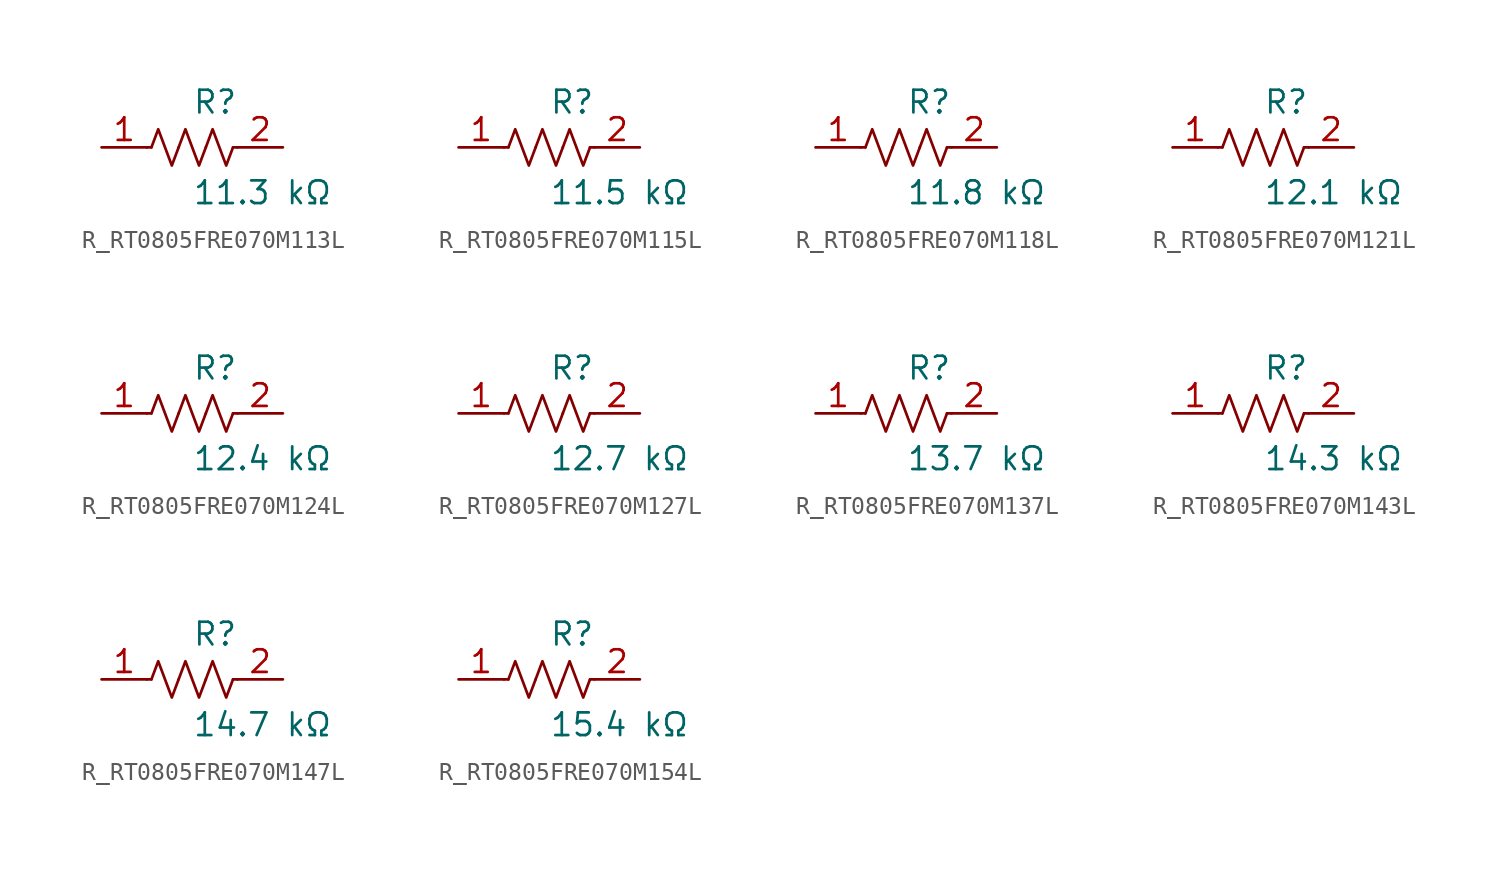
<source format=kicad_sym>
(kicad_symbol_lib
  (version 20231120)
  (generator kicad_symbol_editor)
  (generator_version 8.0)
  (symbol "R_RT0805FRE070M113L"
    (pin_names
      (offset 0.254))
    (property "Reference" "R"
      (at 0.0 2.54 0)
      (effects (font (size 1.27 1.27)) (justify left)))
    (property "Value" "11.3 kΩ"
      (at 0.0 -2.54 0)
      (effects (font (size 1.27 1.27)) (justify left)))
    (symbol "R_RT0805FRE070M113L_0_1"
      (polyline (pts (xy 2.286 0) (xy 2.54 0)) (stroke (width 0) (type default)) (fill (type none)))
      (polyline (pts (xy -2.286 0) (xy -2.54 0)) (stroke (width 0) (type default)) (fill (type none)))
      (polyline (pts (xy 0.762 0) (xy 1.143 1.016) (xy 1.524 0) (xy 1.905 -1.016) (xy 2.286 0)) (stroke (width 0) (type default)) (fill (type none)))
      (polyline (pts (xy -0.762 0) (xy -0.381 1.016) (xy 0 0) (xy 0.381 -1.016) (xy 0.762 0)) (stroke (width 0) (type default)) (fill (type none)))
      (polyline (pts (xy -2.286 0) (xy -1.905 1.016) (xy -1.524 0) (xy -1.143 -1.016) (xy -0.762 0)) (stroke (width 0) (type default)) (fill (type none))))
    (pin unspecified line
      (at -5.08 0 0)
      (length 2.54)
      (name "" (effects (font (size 1.27 1.27))))
      (number "1" (effects (font (size 1.27 1.27)))))
    (pin unspecified line
      (at 5.08 0 180)
      (length 2.54)
      (name "" (effects (font (size 1.27 1.27))))
      (number "2" (effects (font (size 1.27 1.27))))))
  (symbol "R_RT0805FRE070M115L"
    (pin_names
      (offset 0.254))
    (property "Reference" "R"
      (at 0.0 2.54 0)
      (effects (font (size 1.27 1.27)) (justify left)))
    (property "Value" "11.5 kΩ"
      (at 0.0 -2.54 0)
      (effects (font (size 1.27 1.27)) (justify left)))
    (symbol "R_RT0805FRE070M115L_0_1"
      (polyline (pts (xy 2.286 0) (xy 2.54 0)) (stroke (width 0) (type default)) (fill (type none)))
      (polyline (pts (xy -2.286 0) (xy -2.54 0)) (stroke (width 0) (type default)) (fill (type none)))
      (polyline (pts (xy 0.762 0) (xy 1.143 1.016) (xy 1.524 0) (xy 1.905 -1.016) (xy 2.286 0)) (stroke (width 0) (type default)) (fill (type none)))
      (polyline (pts (xy -0.762 0) (xy -0.381 1.016) (xy 0 0) (xy 0.381 -1.016) (xy 0.762 0)) (stroke (width 0) (type default)) (fill (type none)))
      (polyline (pts (xy -2.286 0) (xy -1.905 1.016) (xy -1.524 0) (xy -1.143 -1.016) (xy -0.762 0)) (stroke (width 0) (type default)) (fill (type none))))
    (pin unspecified line
      (at -5.08 0 0)
      (length 2.54)
      (name "" (effects (font (size 1.27 1.27))))
      (number "1" (effects (font (size 1.27 1.27)))))
    (pin unspecified line
      (at 5.08 0 180)
      (length 2.54)
      (name "" (effects (font (size 1.27 1.27))))
      (number "2" (effects (font (size 1.27 1.27))))))
  (symbol "R_RT0805FRE070M118L"
    (pin_names
      (offset 0.254))
    (property "Reference" "R"
      (at 0.0 2.54 0)
      (effects (font (size 1.27 1.27)) (justify left)))
    (property "Value" "11.8 kΩ"
      (at 0.0 -2.54 0)
      (effects (font (size 1.27 1.27)) (justify left)))
    (symbol "R_RT0805FRE070M118L_0_1"
      (polyline (pts (xy 2.286 0) (xy 2.54 0)) (stroke (width 0) (type default)) (fill (type none)))
      (polyline (pts (xy -2.286 0) (xy -2.54 0)) (stroke (width 0) (type default)) (fill (type none)))
      (polyline (pts (xy 0.762 0) (xy 1.143 1.016) (xy 1.524 0) (xy 1.905 -1.016) (xy 2.286 0)) (stroke (width 0) (type default)) (fill (type none)))
      (polyline (pts (xy -0.762 0) (xy -0.381 1.016) (xy 0 0) (xy 0.381 -1.016) (xy 0.762 0)) (stroke (width 0) (type default)) (fill (type none)))
      (polyline (pts (xy -2.286 0) (xy -1.905 1.016) (xy -1.524 0) (xy -1.143 -1.016) (xy -0.762 0)) (stroke (width 0) (type default)) (fill (type none))))
    (pin unspecified line
      (at -5.08 0 0)
      (length 2.54)
      (name "" (effects (font (size 1.27 1.27))))
      (number "1" (effects (font (size 1.27 1.27)))))
    (pin unspecified line
      (at 5.08 0 180)
      (length 2.54)
      (name "" (effects (font (size 1.27 1.27))))
      (number "2" (effects (font (size 1.27 1.27))))))
  (symbol "R_RT0805FRE070M121L"
    (pin_names
      (offset 0.254))
    (property "Reference" "R"
      (at 0.0 2.54 0)
      (effects (font (size 1.27 1.27)) (justify left)))
    (property "Value" "12.1 kΩ"
      (at 0.0 -2.54 0)
      (effects (font (size 1.27 1.27)) (justify left)))
    (symbol "R_RT0805FRE070M121L_0_1"
      (polyline (pts (xy 2.286 0) (xy 2.54 0)) (stroke (width 0) (type default)) (fill (type none)))
      (polyline (pts (xy -2.286 0) (xy -2.54 0)) (stroke (width 0) (type default)) (fill (type none)))
      (polyline (pts (xy 0.762 0) (xy 1.143 1.016) (xy 1.524 0) (xy 1.905 -1.016) (xy 2.286 0)) (stroke (width 0) (type default)) (fill (type none)))
      (polyline (pts (xy -0.762 0) (xy -0.381 1.016) (xy 0 0) (xy 0.381 -1.016) (xy 0.762 0)) (stroke (width 0) (type default)) (fill (type none)))
      (polyline (pts (xy -2.286 0) (xy -1.905 1.016) (xy -1.524 0) (xy -1.143 -1.016) (xy -0.762 0)) (stroke (width 0) (type default)) (fill (type none))))
    (pin unspecified line
      (at -5.08 0 0)
      (length 2.54)
      (name "" (effects (font (size 1.27 1.27))))
      (number "1" (effects (font (size 1.27 1.27)))))
    (pin unspecified line
      (at 5.08 0 180)
      (length 2.54)
      (name "" (effects (font (size 1.27 1.27))))
      (number "2" (effects (font (size 1.27 1.27))))))
  (symbol "R_RT0805FRE070M124L"
    (pin_names
      (offset 0.254))
    (property "Reference" "R"
      (at 0.0 2.54 0)
      (effects (font (size 1.27 1.27)) (justify left)))
    (property "Value" "12.4 kΩ"
      (at 0.0 -2.54 0)
      (effects (font (size 1.27 1.27)) (justify left)))
    (symbol "R_RT0805FRE070M124L_0_1"
      (polyline (pts (xy 2.286 0) (xy 2.54 0)) (stroke (width 0) (type default)) (fill (type none)))
      (polyline (pts (xy -2.286 0) (xy -2.54 0)) (stroke (width 0) (type default)) (fill (type none)))
      (polyline (pts (xy 0.762 0) (xy 1.143 1.016) (xy 1.524 0) (xy 1.905 -1.016) (xy 2.286 0)) (stroke (width 0) (type default)) (fill (type none)))
      (polyline (pts (xy -0.762 0) (xy -0.381 1.016) (xy 0 0) (xy 0.381 -1.016) (xy 0.762 0)) (stroke (width 0) (type default)) (fill (type none)))
      (polyline (pts (xy -2.286 0) (xy -1.905 1.016) (xy -1.524 0) (xy -1.143 -1.016) (xy -0.762 0)) (stroke (width 0) (type default)) (fill (type none))))
    (pin unspecified line
      (at -5.08 0 0)
      (length 2.54)
      (name "" (effects (font (size 1.27 1.27))))
      (number "1" (effects (font (size 1.27 1.27)))))
    (pin unspecified line
      (at 5.08 0 180)
      (length 2.54)
      (name "" (effects (font (size 1.27 1.27))))
      (number "2" (effects (font (size 1.27 1.27))))))
  (symbol "R_RT0805FRE070M127L"
    (pin_names
      (offset 0.254))
    (property "Reference" "R"
      (at 0.0 2.54 0)
      (effects (font (size 1.27 1.27)) (justify left)))
    (property "Value" "12.7 kΩ"
      (at 0.0 -2.54 0)
      (effects (font (size 1.27 1.27)) (justify left)))
    (symbol "R_RT0805FRE070M127L_0_1"
      (polyline (pts (xy 2.286 0) (xy 2.54 0)) (stroke (width 0) (type default)) (fill (type none)))
      (polyline (pts (xy -2.286 0) (xy -2.54 0)) (stroke (width 0) (type default)) (fill (type none)))
      (polyline (pts (xy 0.762 0) (xy 1.143 1.016) (xy 1.524 0) (xy 1.905 -1.016) (xy 2.286 0)) (stroke (width 0) (type default)) (fill (type none)))
      (polyline (pts (xy -0.762 0) (xy -0.381 1.016) (xy 0 0) (xy 0.381 -1.016) (xy 0.762 0)) (stroke (width 0) (type default)) (fill (type none)))
      (polyline (pts (xy -2.286 0) (xy -1.905 1.016) (xy -1.524 0) (xy -1.143 -1.016) (xy -0.762 0)) (stroke (width 0) (type default)) (fill (type none))))
    (pin unspecified line
      (at -5.08 0 0)
      (length 2.54)
      (name "" (effects (font (size 1.27 1.27))))
      (number "1" (effects (font (size 1.27 1.27)))))
    (pin unspecified line
      (at 5.08 0 180)
      (length 2.54)
      (name "" (effects (font (size 1.27 1.27))))
      (number "2" (effects (font (size 1.27 1.27))))))
  (symbol "R_RT0805FRE070M137L"
    (pin_names
      (offset 0.254))
    (property "Reference" "R"
      (at 0.0 2.54 0)
      (effects (font (size 1.27 1.27)) (justify left)))
    (property "Value" "13.7 kΩ"
      (at 0.0 -2.54 0)
      (effects (font (size 1.27 1.27)) (justify left)))
    (symbol "R_RT0805FRE070M137L_0_1"
      (polyline (pts (xy 2.286 0) (xy 2.54 0)) (stroke (width 0) (type default)) (fill (type none)))
      (polyline (pts (xy -2.286 0) (xy -2.54 0)) (stroke (width 0) (type default)) (fill (type none)))
      (polyline (pts (xy 0.762 0) (xy 1.143 1.016) (xy 1.524 0) (xy 1.905 -1.016) (xy 2.286 0)) (stroke (width 0) (type default)) (fill (type none)))
      (polyline (pts (xy -0.762 0) (xy -0.381 1.016) (xy 0 0) (xy 0.381 -1.016) (xy 0.762 0)) (stroke (width 0) (type default)) (fill (type none)))
      (polyline (pts (xy -2.286 0) (xy -1.905 1.016) (xy -1.524 0) (xy -1.143 -1.016) (xy -0.762 0)) (stroke (width 0) (type default)) (fill (type none))))
    (pin unspecified line
      (at -5.08 0 0)
      (length 2.54)
      (name "" (effects (font (size 1.27 1.27))))
      (number "1" (effects (font (size 1.27 1.27)))))
    (pin unspecified line
      (at 5.08 0 180)
      (length 2.54)
      (name "" (effects (font (size 1.27 1.27))))
      (number "2" (effects (font (size 1.27 1.27))))))
  (symbol "R_RT0805FRE070M143L"
    (pin_names
      (offset 0.254))
    (property "Reference" "R"
      (at 0.0 2.54 0)
      (effects (font (size 1.27 1.27)) (justify left)))
    (property "Value" "14.3 kΩ"
      (at 0.0 -2.54 0)
      (effects (font (size 1.27 1.27)) (justify left)))
    (symbol "R_RT0805FRE070M143L_0_1"
      (polyline (pts (xy 2.286 0) (xy 2.54 0)) (stroke (width 0) (type default)) (fill (type none)))
      (polyline (pts (xy -2.286 0) (xy -2.54 0)) (stroke (width 0) (type default)) (fill (type none)))
      (polyline (pts (xy 0.762 0) (xy 1.143 1.016) (xy 1.524 0) (xy 1.905 -1.016) (xy 2.286 0)) (stroke (width 0) (type default)) (fill (type none)))
      (polyline (pts (xy -0.762 0) (xy -0.381 1.016) (xy 0 0) (xy 0.381 -1.016) (xy 0.762 0)) (stroke (width 0) (type default)) (fill (type none)))
      (polyline (pts (xy -2.286 0) (xy -1.905 1.016) (xy -1.524 0) (xy -1.143 -1.016) (xy -0.762 0)) (stroke (width 0) (type default)) (fill (type none))))
    (pin unspecified line
      (at -5.08 0 0)
      (length 2.54)
      (name "" (effects (font (size 1.27 1.27))))
      (number "1" (effects (font (size 1.27 1.27)))))
    (pin unspecified line
      (at 5.08 0 180)
      (length 2.54)
      (name "" (effects (font (size 1.27 1.27))))
      (number "2" (effects (font (size 1.27 1.27))))))
  (symbol "R_RT0805FRE070M147L"
    (pin_names
      (offset 0.254))
    (property "Reference" "R"
      (at 0.0 2.54 0)
      (effects (font (size 1.27 1.27)) (justify left)))
    (property "Value" "14.7 kΩ"
      (at 0.0 -2.54 0)
      (effects (font (size 1.27 1.27)) (justify left)))
    (symbol "R_RT0805FRE070M147L_0_1"
      (polyline (pts (xy 2.286 0) (xy 2.54 0)) (stroke (width 0) (type default)) (fill (type none)))
      (polyline (pts (xy -2.286 0) (xy -2.54 0)) (stroke (width 0) (type default)) (fill (type none)))
      (polyline (pts (xy 0.762 0) (xy 1.143 1.016) (xy 1.524 0) (xy 1.905 -1.016) (xy 2.286 0)) (stroke (width 0) (type default)) (fill (type none)))
      (polyline (pts (xy -0.762 0) (xy -0.381 1.016) (xy 0 0) (xy 0.381 -1.016) (xy 0.762 0)) (stroke (width 0) (type default)) (fill (type none)))
      (polyline (pts (xy -2.286 0) (xy -1.905 1.016) (xy -1.524 0) (xy -1.143 -1.016) (xy -0.762 0)) (stroke (width 0) (type default)) (fill (type none))))
    (pin unspecified line
      (at -5.08 0 0)
      (length 2.54)
      (name "" (effects (font (size 1.27 1.27))))
      (number "1" (effects (font (size 1.27 1.27)))))
    (pin unspecified line
      (at 5.08 0 180)
      (length 2.54)
      (name "" (effects (font (size 1.27 1.27))))
      (number "2" (effects (font (size 1.27 1.27))))))
  (symbol "R_RT0805FRE070M154L"
    (pin_names
      (offset 0.254))
    (property "Reference" "R"
      (at 0.0 2.54 0)
      (effects (font (size 1.27 1.27)) (justify left)))
    (property "Value" "15.4 kΩ"
      (at 0.0 -2.54 0)
      (effects (font (size 1.27 1.27)) (justify left)))
    (symbol "R_RT0805FRE070M154L_0_1"
      (polyline (pts (xy 2.286 0) (xy 2.54 0)) (stroke (width 0) (type default)) (fill (type none)))
      (polyline (pts (xy -2.286 0) (xy -2.54 0)) (stroke (width 0) (type default)) (fill (type none)))
      (polyline (pts (xy 0.762 0) (xy 1.143 1.016) (xy 1.524 0) (xy 1.905 -1.016) (xy 2.286 0)) (stroke (width 0) (type default)) (fill (type none)))
      (polyline (pts (xy -0.762 0) (xy -0.381 1.016) (xy 0 0) (xy 0.381 -1.016) (xy 0.762 0)) (stroke (width 0) (type default)) (fill (type none)))
      (polyline (pts (xy -2.286 0) (xy -1.905 1.016) (xy -1.524 0) (xy -1.143 -1.016) (xy -0.762 0)) (stroke (width 0) (type default)) (fill (type none))))
    (pin unspecified line
      (at -5.08 0 0)
      (length 2.54)
      (name "" (effects (font (size 1.27 1.27))))
      (number "1" (effects (font (size 1.27 1.27)))))
    (pin unspecified line
      (at 5.08 0 180)
      (length 2.54)
      (name "" (effects (font (size 1.27 1.27))))
      (number "2" (effects (font (size 1.27 1.27)))))))
</source>
